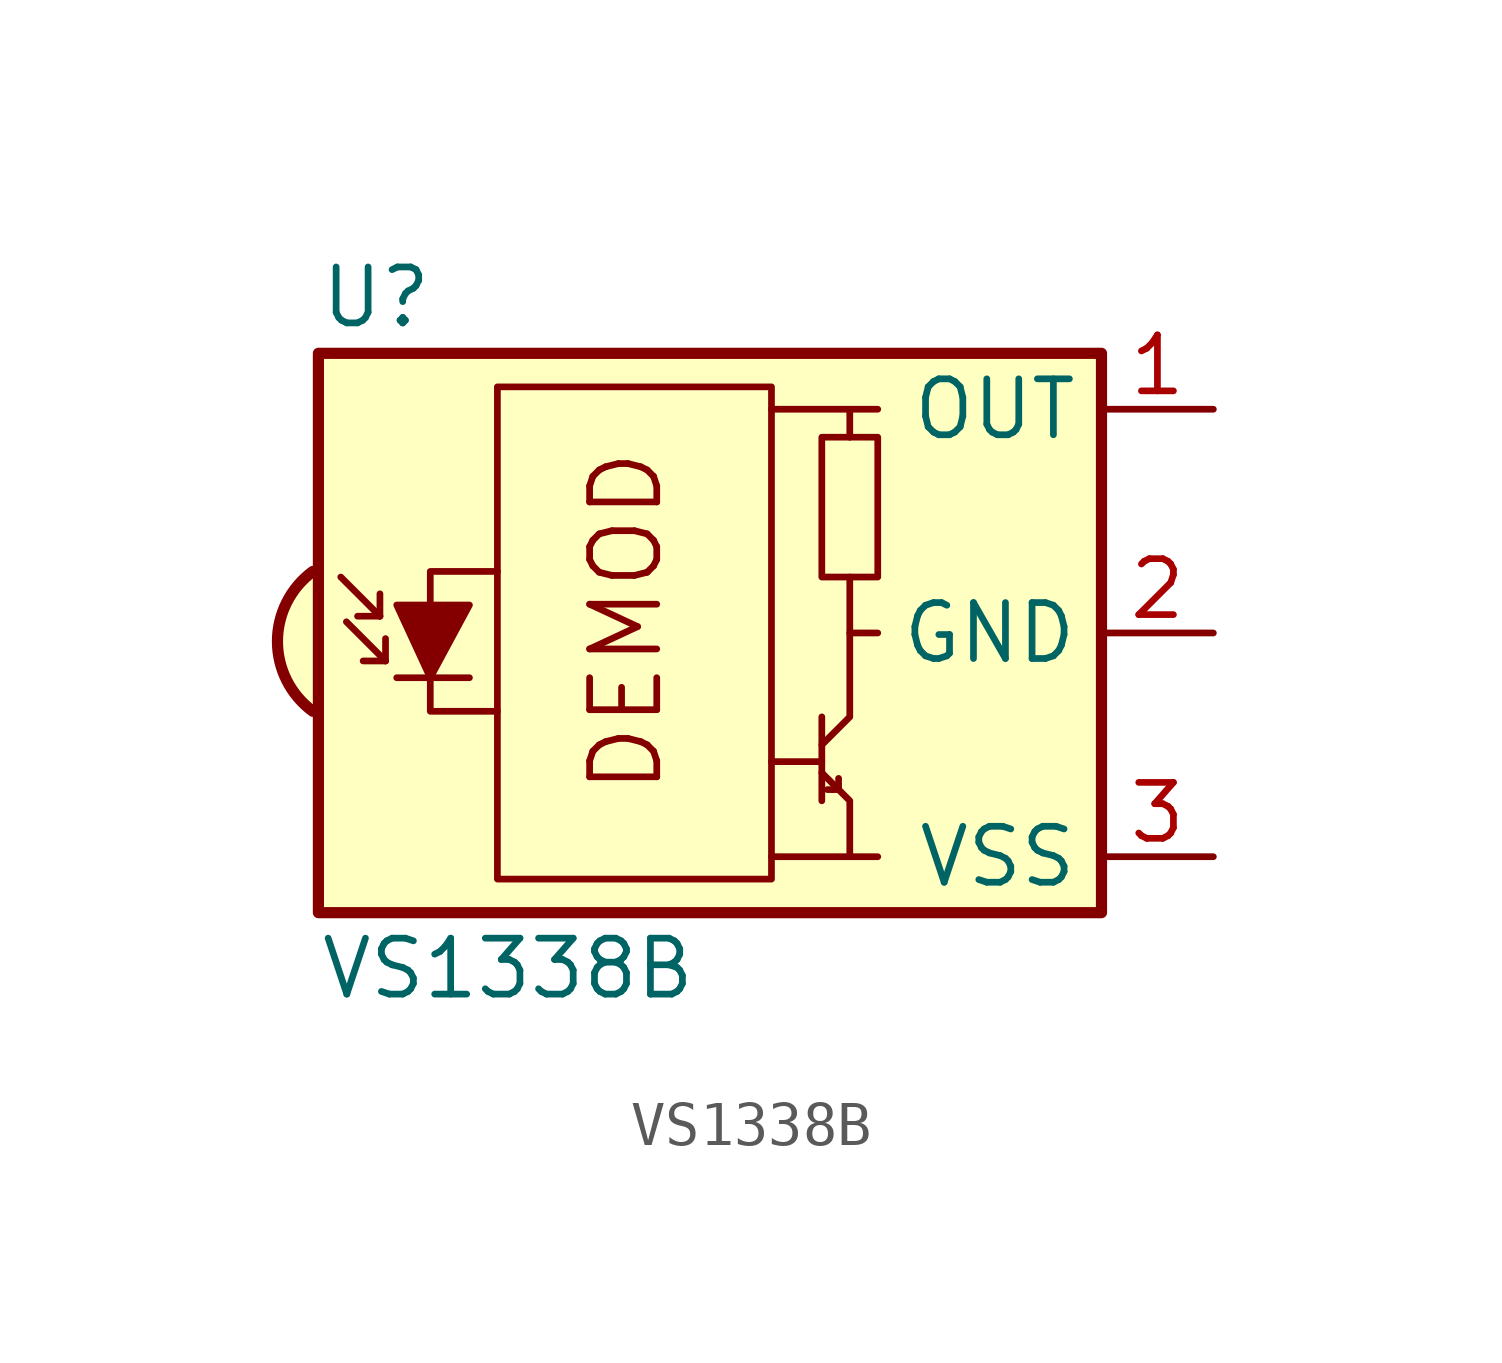
<source format=kicad_sym>
(kicad_symbol_lib
  (version 20211014)
  (generator kicad_symbol_editor)
  (symbol "VS1338B"
    (property "Reference" "U"
      (at -10.16 7.62 0)
      (effects (font (size 1.27 1.27)) (justify left)))
    (property "Value" "VS1338B"
      (at -10.16 -7.62 0)
      (effects (font (size 1.27 1.27)) (justify left)))
    (symbol "VS1338B_0_0"
      (arc (start -10.287 1.397) (mid -11.0899 -0.1905) (end -10.287 -1.778) (stroke (width 0.254) (type default) (color 0 0 0 0)) (fill (type background)))
      (polyline (pts (xy 1.905 -5.08) (xy 0.127 -5.08)) (stroke (width 0) (type default) (color 0 0 0 0)) (fill (type none)))
      (polyline (pts (xy 1.905 5.08) (xy 0.127 5.08)) (stroke (width 0) (type default) (color 0 0 0 0)) (fill (type none)))
      (text "DEMOD" (at -3.175 0.254 900) (effects (font (size 1.524 1.524)))))
    (symbol "VS1338B_0_1"
      (rectangle (start -6.096 5.588) (end 0.127 -5.588) (stroke (width 0) (type default) (color 0 0 0 0)) (fill (type none)))
      (polyline (pts (xy -8.763 0.381) (xy -9.652 1.27)) (stroke (width 0) (type default) (color 0 0 0 0)) (fill (type none)))
      (polyline (pts (xy -8.763 0.381) (xy -9.271 0.381)) (stroke (width 0) (type default) (color 0 0 0 0)) (fill (type none)))
      (polyline (pts (xy -8.763 0.381) (xy -8.763 0.889)) (stroke (width 0) (type default) (color 0 0 0 0)) (fill (type none)))
      (polyline (pts (xy -8.636 -0.635) (xy -9.525 0.254)) (stroke (width 0) (type default) (color 0 0 0 0)) (fill (type none)))
      (polyline (pts (xy -8.636 -0.635) (xy -9.144 -0.635)) (stroke (width 0) (type default) (color 0 0 0 0)) (fill (type none)))
      (polyline (pts (xy -8.636 -0.635) (xy -8.636 -0.127)) (stroke (width 0) (type default) (color 0 0 0 0)) (fill (type none)))
      (polyline (pts (xy -8.382 -1.016) (xy -6.731 -1.016)) (stroke (width 0) (type default) (color 0 0 0 0)) (fill (type none)))
      (polyline (pts (xy 1.27 -2.921) (xy 0.127 -2.921)) (stroke (width 0) (type default) (color 0 0 0 0)) (fill (type none)))
      (polyline (pts (xy 1.27 -1.905) (xy 1.27 -3.81)) (stroke (width 0) (type default) (color 0 0 0 0)) (fill (type none)))
      (polyline (pts (xy 1.397 -3.556) (xy 1.524 -3.556)) (stroke (width 0) (type default) (color 0 0 0 0)) (fill (type none)))
      (polyline (pts (xy 1.651 -3.556) (xy 1.524 -3.556)) (stroke (width 0) (type default) (color 0 0 0 0)) (fill (type none)))
      (polyline (pts (xy 1.651 -3.556) (xy 1.651 -3.302)) (stroke (width 0) (type default) (color 0 0 0 0)) (fill (type none)))
      (polyline (pts (xy 1.905 0) (xy 1.905 1.27)) (stroke (width 0) (type default) (color 0 0 0 0)) (fill (type none)))
      (polyline (pts (xy 1.905 4.445) (xy 1.905 5.08) (xy 2.54 5.08)) (stroke (width 0) (type default) (color 0 0 0 0)) (fill (type none)))
      (polyline (pts (xy -8.382 0.635) (xy -6.731 0.635) (xy -7.62 -1.016) (xy -8.382 0.635)) (stroke (width 0) (type default) (color 0 0 0 0)) (fill (type outline)))
      (polyline (pts (xy -6.096 1.397) (xy -7.62 1.397) (xy -7.62 -1.778) (xy -6.096 -1.778)) (stroke (width 0) (type default) (color 0 0 0 0)) (fill (type none)))
      (polyline (pts (xy 1.27 -3.175) (xy 1.905 -3.81) (xy 1.905 -5.08) (xy 2.54 -5.08)) (stroke (width 0) (type default) (color 0 0 0 0)) (fill (type none)))
      (polyline (pts (xy 1.27 -2.54) (xy 1.905 -1.905) (xy 1.905 0) (xy 2.54 0)) (stroke (width 0) (type default) (color 0 0 0 0)) (fill (type none)))
      (rectangle (start 2.54 1.27) (end 1.27 4.445) (stroke (width 0) (type default) (color 0 0 0 0)) (fill (type none)))
      (rectangle (start 7.62 6.35) (end -10.16 -6.35) (stroke (width 0.254) (type default) (color 0 0 0 0)) (fill (type background))))
    (symbol "VS1338B_1_1"
      (pin output line (at 10.16 5.08 180) (length 2.54) (name "OUT" (effects (font (size 1.27 1.27)))) (number "1" (effects (font (size 1.27 1.27)))))
      (pin power_in line (at 10.16 0 180) (length 2.54) (name "GND" (effects (font (size 1.27 1.27)))) (number "2" (effects (font (size 1.27 1.27)))))
      (pin power_in line (at 10.16 -5.08 180) (length 2.54) (name "VSS" (effects (font (size 1.27 1.27)))) (number "3" (effects (font (size 1.27 1.27))))))))
</source>
